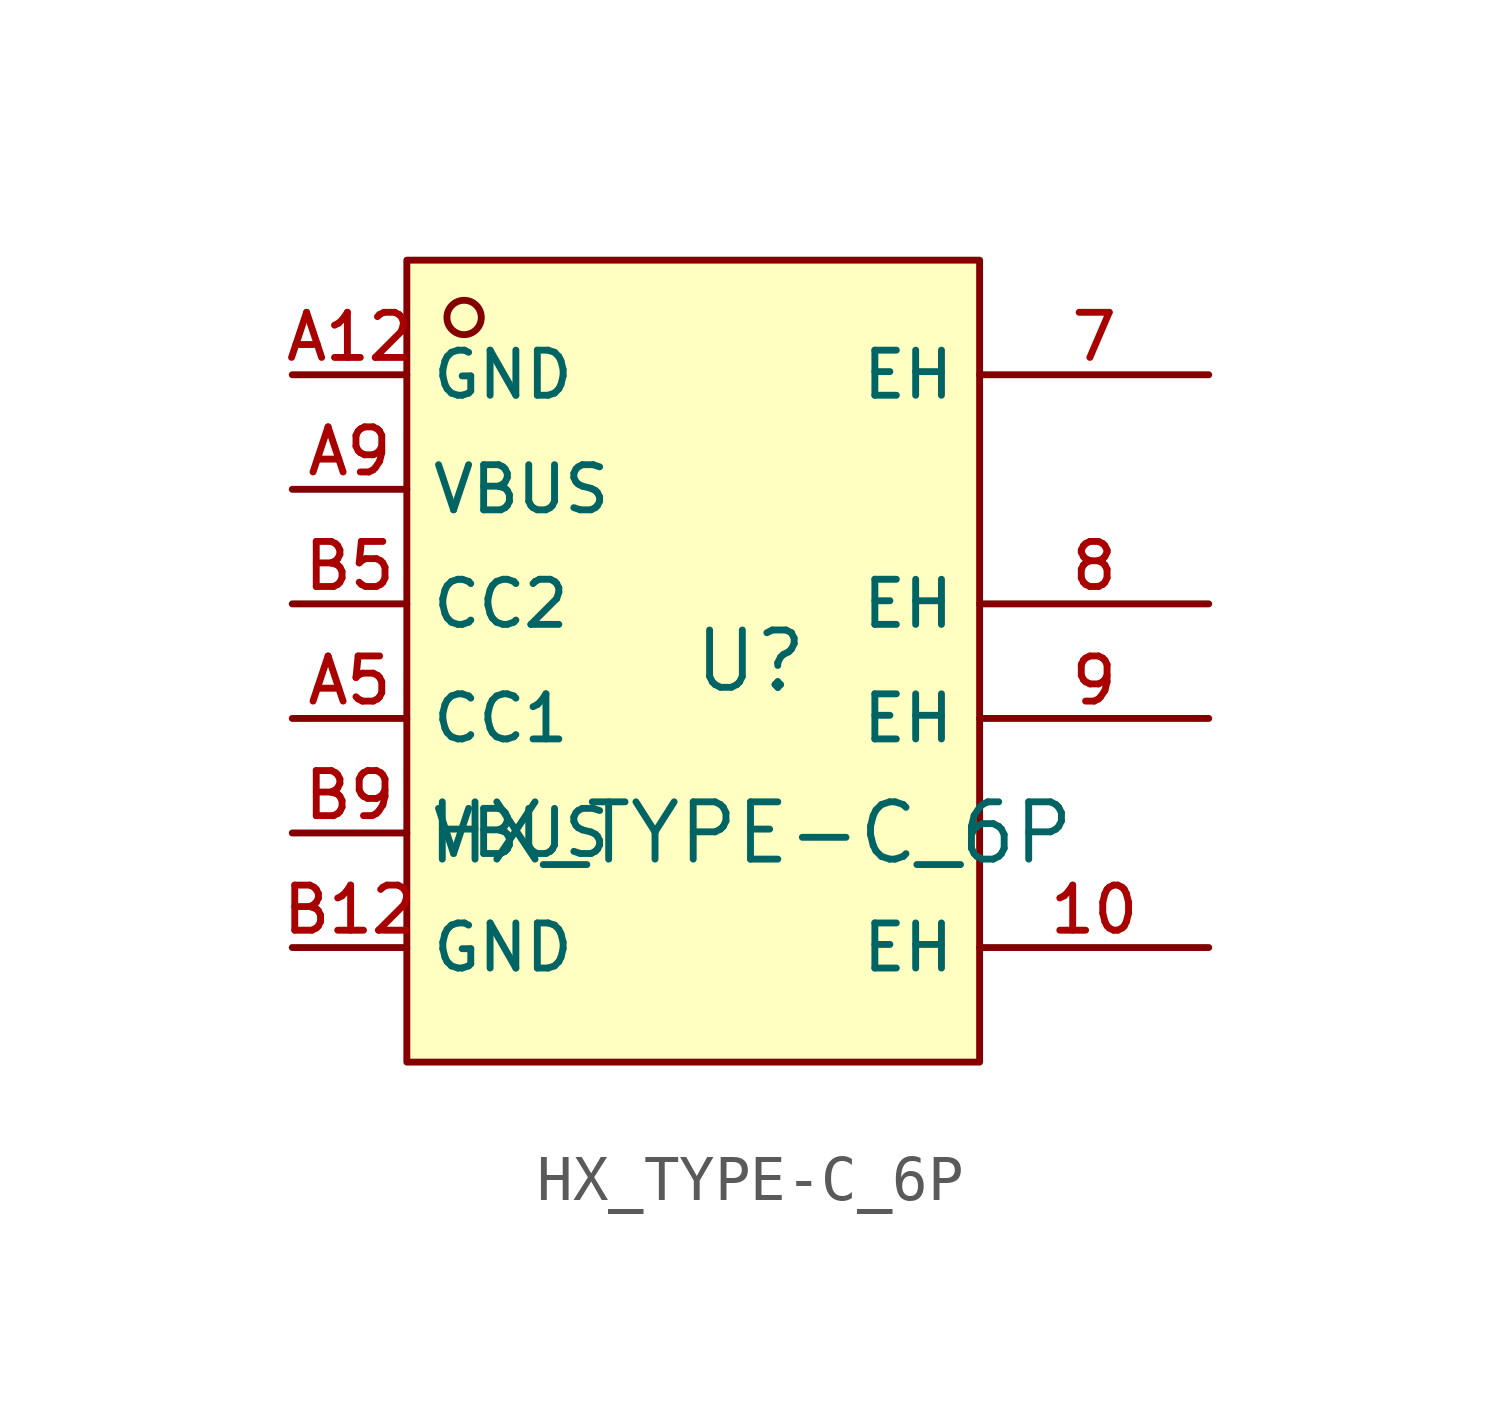
<source format=kicad_sym>
(kicad_symbol_lib
  (version 20210201)
  (generator TousstNicolas/JLC2KiCad_lib)
  (symbol "HX_TYPE-C_6P"
    (property "Reference" "U"
      (at 0 1.27 0)
      (effects (font (size 1.27 1.27))))
    (property "Value" "HX_TYPE-C_6P"
      (at 0 -2.54 0)
      (effects (font (size 1.27 1.27))))
    (symbol "HX_TYPE-C_6P_0_1"
      (pin unspecified line (at -10.16 -5.08 0) (length 2.54) (name "GND" (effects (font (size 1 1)))) (number "B12" (effects (font (size 1 1)))))
      (pin unspecified line (at -10.16 -2.54 0) (length 2.54) (name "VBUS" (effects (font (size 1 1)))) (number "B9" (effects (font (size 1 1)))))
      (pin unspecified line (at -10.16 -0.0 0) (length 2.54) (name "CC1" (effects (font (size 1 1)))) (number "A5" (effects (font (size 1 1)))))
      (pin unspecified line (at -10.16 2.54 0) (length 2.54) (name "CC2" (effects (font (size 1 1)))) (number "B5" (effects (font (size 1 1)))))
      (pin unspecified line (at -10.16 5.08 0) (length 2.54) (name "VBUS" (effects (font (size 1 1)))) (number "A9" (effects (font (size 1 1)))))
      (pin unspecified line (at -10.16 7.62 0) (length 2.54) (name "GND" (effects (font (size 1 1)))) (number "A12" (effects (font (size 1 1)))))
      (circle (center -6.35 8.89) (radius 0.381) (stroke (width 0) (type default) (color 0 0 0 0)) (fill (type background)))
      (rectangle (start -7.62 10.16) (end 5.08 -7.62) (stroke (width 0) (type default) (color 0 0 0 0)) (fill (type background)))
      (pin unspecified line (at 10.16 7.62 180) (length 5.08) (name "EH" (effects (font (size 1 1)))) (number "7" (effects (font (size 1 1)))))
      (pin unspecified line (at 10.16 2.54 180) (length 5.08) (name "EH" (effects (font (size 1 1)))) (number "8" (effects (font (size 1 1)))))
      (pin unspecified line (at 10.16 -0.0 180) (length 5.08) (name "EH" (effects (font (size 1 1)))) (number "9" (effects (font (size 1 1)))))
      (pin unspecified line (at 10.16 -5.08 180) (length 5.08) (name "EH" (effects (font (size 1 1)))) (number "10" (effects (font (size 1 1))))))))
</source>
